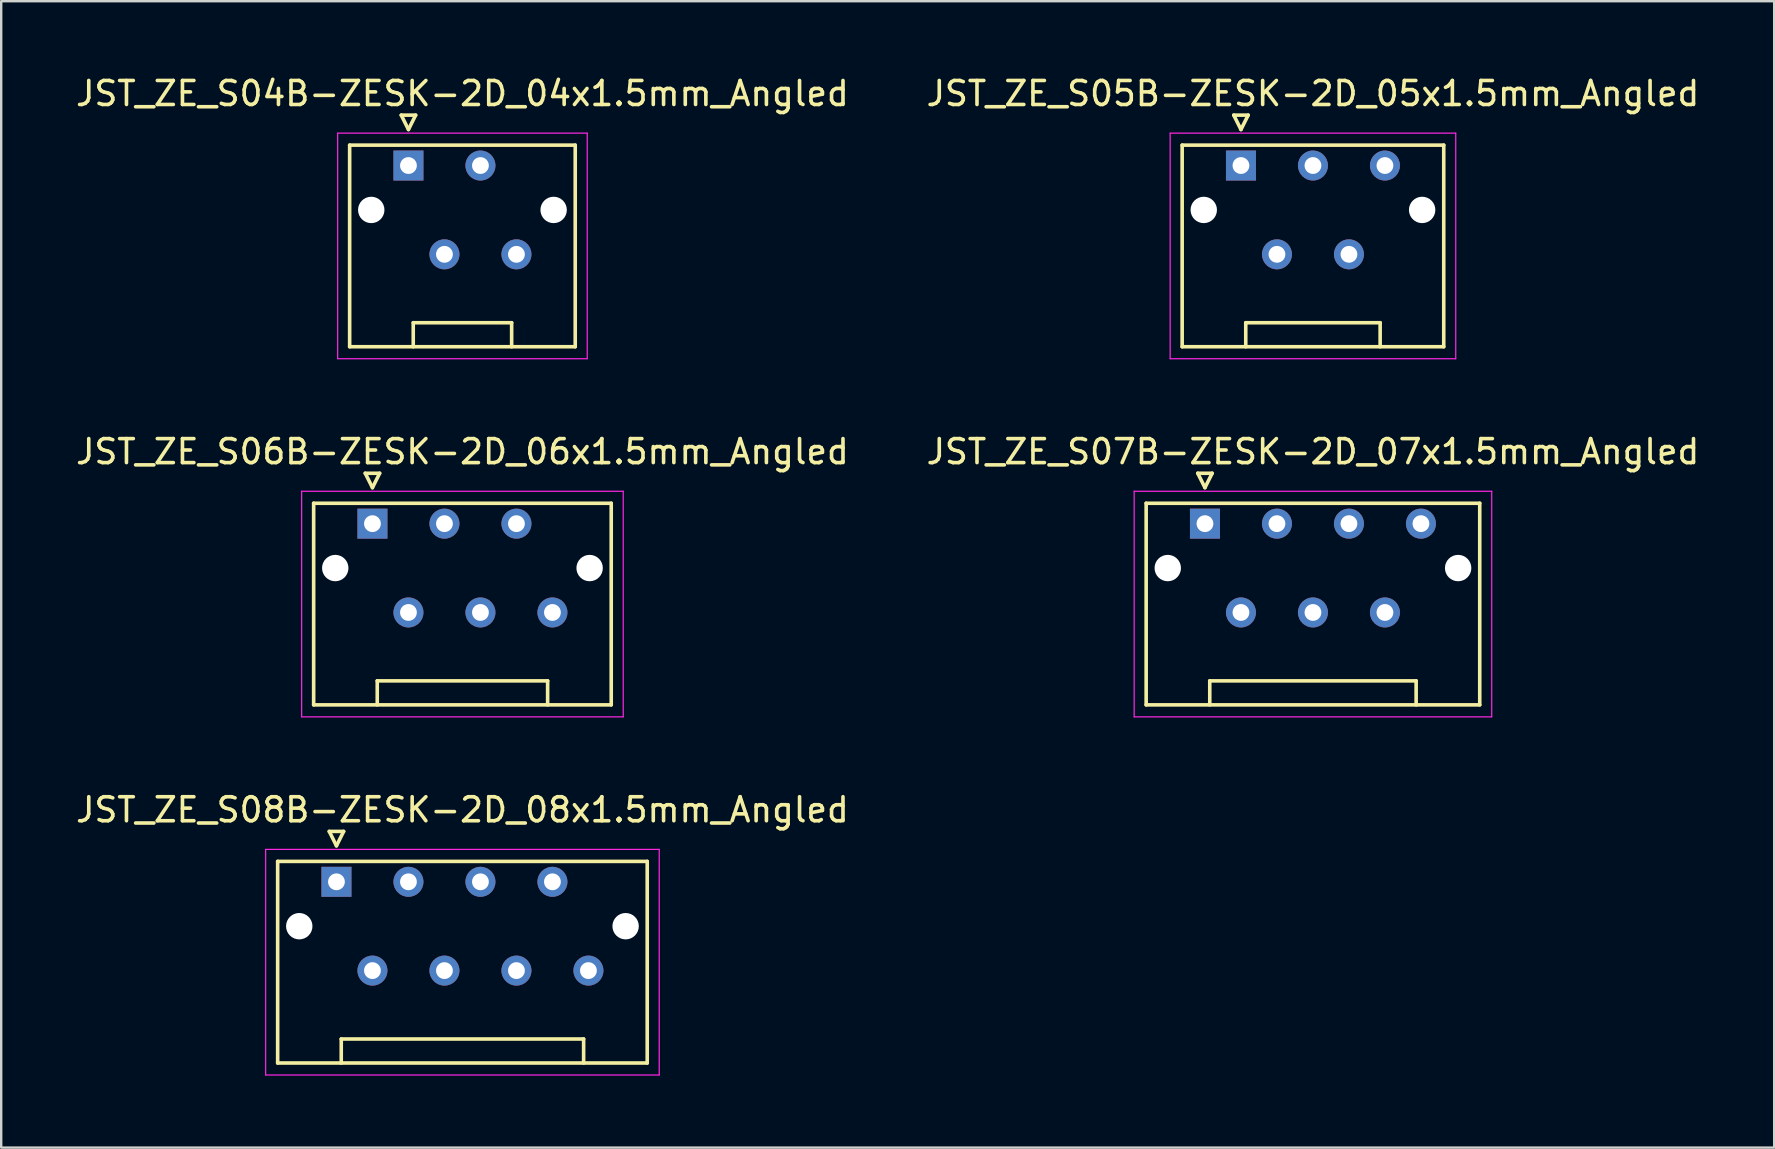
<source format=kicad_pcb>
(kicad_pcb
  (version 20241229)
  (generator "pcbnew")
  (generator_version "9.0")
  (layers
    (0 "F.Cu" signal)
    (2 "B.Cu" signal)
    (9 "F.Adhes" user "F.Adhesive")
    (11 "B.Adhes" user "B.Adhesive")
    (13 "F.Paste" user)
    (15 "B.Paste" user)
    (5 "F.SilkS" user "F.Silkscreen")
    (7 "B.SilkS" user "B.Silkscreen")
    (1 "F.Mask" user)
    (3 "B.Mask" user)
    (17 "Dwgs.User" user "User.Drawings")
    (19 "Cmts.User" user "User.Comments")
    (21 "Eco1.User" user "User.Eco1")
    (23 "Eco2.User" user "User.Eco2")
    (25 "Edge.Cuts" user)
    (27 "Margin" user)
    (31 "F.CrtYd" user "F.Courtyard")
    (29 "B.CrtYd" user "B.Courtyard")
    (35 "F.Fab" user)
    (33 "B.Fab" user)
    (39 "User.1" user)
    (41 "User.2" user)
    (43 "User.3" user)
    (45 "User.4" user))
  (footprint "JST_ZE_S08B-ZESK-2D_08x1.5mm_Angled"
    (layer "F.Cu")
    (at 10.97 33.695)
    (property "Reference" "JST_ZE_S08B-ZESK-2D_08x1.5mm_Angled" (at 5.25 -3 0) (layer "F.SilkS") (effects (font (size 1 1) (thickness 0.15))))
    (attr through_hole)
    (fp_line (start -2.45 -0.85) (end -2.45 7.55) (stroke (width 0.15) (type solid)) (layer "F.SilkS"))
    (fp_line (start -2.45 7.55) (end 12.95 7.55) (stroke (width 0.15) (type solid)) (layer "F.SilkS"))
    (fp_line (start -0.3 -2.1) (end 0.3 -2.1) (stroke (width 0.15) (type solid)) (layer "F.SilkS"))
    (fp_line (start 0 -1.5) (end -0.3 -2.1) (stroke (width 0.15) (type solid)) (layer "F.SilkS"))
    (fp_line (start 0.2 6.55) (end 10.3 6.55) (stroke (width 0.15) (type solid)) (layer "F.SilkS"))
    (fp_line (start 0.2 7.55) (end 0.2 6.55) (stroke (width 0.15) (type solid)) (layer "F.SilkS"))
    (fp_line (start 0.3 -2.1) (end 0 -1.5) (stroke (width 0.15) (type solid)) (layer "F.SilkS"))
    (fp_line (start 10.3 6.55) (end 10.3 7.55) (stroke (width 0.15) (type solid)) (layer "F.SilkS"))
    (fp_line (start 12.95 -0.85) (end -2.45 -0.85) (stroke (width 0.15) (type solid)) (layer "F.SilkS"))
    (fp_line (start 12.95 7.55) (end 12.95 -0.85) (stroke (width 0.15) (type solid)) (layer "F.SilkS"))
    (fp_line (start -2.95 -1.35) (end -2.95 8.05) (stroke (width 0.05) (type solid)) (layer "F.CrtYd"))
    (fp_line (start -2.95 8.05) (end 13.45 8.05) (stroke (width 0.05) (type solid)) (layer "F.CrtYd"))
    (fp_line (start 13.45 -1.35) (end -2.95 -1.35) (stroke (width 0.05) (type solid)) (layer "F.CrtYd"))
    (fp_line (start 13.45 8.05) (end 13.45 -1.35) (stroke (width 0.05) (type solid)) (layer "F.CrtYd"))
    (pad "" np_thru_hole circle (at -1.55 1.85) (size 1.1 1.1) (drill 1.1) (layers "*.Cu"))
    (pad "" np_thru_hole circle (at 12.05 1.85) (size 1.1 1.1) (drill 1.1) (layers "*.Cu"))
    (pad "1" thru_hole rect (at 0 0) (size 1.25 1.25) (drill 0.7) (layers "*.Cu" "*.Mask"))
    (pad "2" thru_hole circle (at 1.5 3.7) (size 1.25 1.25) (drill 0.7) (layers "*.Cu" "*.Mask"))
    (pad "3" thru_hole circle (at 3 0) (size 1.25 1.25) (drill 0.7) (layers "*.Cu" "*.Mask"))
    (pad "4" thru_hole circle (at 4.5 3.7) (size 1.25 1.25) (drill 0.7) (layers "*.Cu" "*.Mask"))
    (pad "5" thru_hole circle (at 6 0) (size 1.25 1.25) (drill 0.7) (layers "*.Cu" "*.Mask"))
    (pad "6" thru_hole circle (at 7.5 3.7) (size 1.25 1.25) (drill 0.7) (layers "*.Cu" "*.Mask"))
    (pad "7" thru_hole circle (at 9 0) (size 1.25 1.25) (drill 0.7) (layers "*.Cu" "*.Mask"))
    (pad "8" thru_hole circle (at 10.5 3.7) (size 1.25 1.25) (drill 0.7) (layers "*.Cu" "*.Mask")))
  (footprint "JST_ZE_S04B-ZESK-2D_04x1.5mm_Angled"
    (layer "F.Cu")
    (at 13.97 3.848)
    (property "Reference" "JST_ZE_S04B-ZESK-2D_04x1.5mm_Angled" (at 2.25 -3 0) (layer "F.SilkS") (effects (font (size 1 1) (thickness 0.15))))
    (attr through_hole)
    (fp_line (start -2.45 -0.85) (end -2.45 7.55) (stroke (width 0.15) (type solid)) (layer "F.SilkS"))
    (fp_line (start -2.45 7.55) (end 6.95 7.55) (stroke (width 0.15) (type solid)) (layer "F.SilkS"))
    (fp_line (start -0.3 -2.1) (end 0.3 -2.1) (stroke (width 0.15) (type solid)) (layer "F.SilkS"))
    (fp_line (start 0 -1.5) (end -0.3 -2.1) (stroke (width 0.15) (type solid)) (layer "F.SilkS"))
    (fp_line (start 0.2 6.55) (end 4.3 6.55) (stroke (width 0.15) (type solid)) (layer "F.SilkS"))
    (fp_line (start 0.2 7.55) (end 0.2 6.55) (stroke (width 0.15) (type solid)) (layer "F.SilkS"))
    (fp_line (start 0.3 -2.1) (end 0 -1.5) (stroke (width 0.15) (type solid)) (layer "F.SilkS"))
    (fp_line (start 4.3 6.55) (end 4.3 7.55) (stroke (width 0.15) (type solid)) (layer "F.SilkS"))
    (fp_line (start 6.95 -0.85) (end -2.45 -0.85) (stroke (width 0.15) (type solid)) (layer "F.SilkS"))
    (fp_line (start 6.95 7.55) (end 6.95 -0.85) (stroke (width 0.15) (type solid)) (layer "F.SilkS"))
    (fp_line (start -2.95 -1.35) (end -2.95 8.05) (stroke (width 0.05) (type solid)) (layer "F.CrtYd"))
    (fp_line (start -2.95 8.05) (end 7.45 8.05) (stroke (width 0.05) (type solid)) (layer "F.CrtYd"))
    (fp_line (start 7.45 -1.35) (end -2.95 -1.35) (stroke (width 0.05) (type solid)) (layer "F.CrtYd"))
    (fp_line (start 7.45 8.05) (end 7.45 -1.35) (stroke (width 0.05) (type solid)) (layer "F.CrtYd"))
    (pad "" np_thru_hole circle (at -1.55 1.85) (size 1.1 1.1) (drill 1.1) (layers "*.Cu"))
    (pad "" np_thru_hole circle (at 6.05 1.85) (size 1.1 1.1) (drill 1.1) (layers "*.Cu"))
    (pad "1" thru_hole rect (at 0 0) (size 1.25 1.25) (drill 0.7) (layers "*.Cu" "*.Mask"))
    (pad "2" thru_hole circle (at 1.5 3.7) (size 1.25 1.25) (drill 0.7) (layers "*.Cu" "*.Mask"))
    (pad "3" thru_hole circle (at 3 0) (size 1.25 1.25) (drill 0.7) (layers "*.Cu" "*.Mask"))
    (pad "4" thru_hole circle (at 4.5 3.7) (size 1.25 1.25) (drill 0.7) (layers "*.Cu" "*.Mask")))
  (footprint "JST_ZE_S05B-ZESK-2D_05x1.5mm_Angled"
    (layer "F.Cu")
    (at 48.661 3.848)
    (property "Reference" "JST_ZE_S05B-ZESK-2D_05x1.5mm_Angled" (at 3 -3 0) (layer "F.SilkS") (effects (font (size 1 1) (thickness 0.15))))
    (attr through_hole)
    (fp_line (start -2.45 -0.85) (end -2.45 7.55) (stroke (width 0.15) (type solid)) (layer "F.SilkS"))
    (fp_line (start -2.45 7.55) (end 8.45 7.55) (stroke (width 0.15) (type solid)) (layer "F.SilkS"))
    (fp_line (start -0.3 -2.1) (end 0.3 -2.1) (stroke (width 0.15) (type solid)) (layer "F.SilkS"))
    (fp_line (start 0 -1.5) (end -0.3 -2.1) (stroke (width 0.15) (type solid)) (layer "F.SilkS"))
    (fp_line (start 0.2 6.55) (end 5.8 6.55) (stroke (width 0.15) (type solid)) (layer "F.SilkS"))
    (fp_line (start 0.2 7.55) (end 0.2 6.55) (stroke (width 0.15) (type solid)) (layer "F.SilkS"))
    (fp_line (start 0.3 -2.1) (end 0 -1.5) (stroke (width 0.15) (type solid)) (layer "F.SilkS"))
    (fp_line (start 5.8 6.55) (end 5.8 7.55) (stroke (width 0.15) (type solid)) (layer "F.SilkS"))
    (fp_line (start 8.45 -0.85) (end -2.45 -0.85) (stroke (width 0.15) (type solid)) (layer "F.SilkS"))
    (fp_line (start 8.45 7.55) (end 8.45 -0.85) (stroke (width 0.15) (type solid)) (layer "F.SilkS"))
    (fp_line (start -2.95 -1.35) (end -2.95 8.05) (stroke (width 0.05) (type solid)) (layer "F.CrtYd"))
    (fp_line (start -2.95 8.05) (end 8.95 8.05) (stroke (width 0.05) (type solid)) (layer "F.CrtYd"))
    (fp_line (start 8.95 -1.35) (end -2.95 -1.35) (stroke (width 0.05) (type solid)) (layer "F.CrtYd"))
    (fp_line (start 8.95 8.05) (end 8.95 -1.35) (stroke (width 0.05) (type solid)) (layer "F.CrtYd"))
    (pad "" np_thru_hole circle (at -1.55 1.85) (size 1.1 1.1) (drill 1.1) (layers "*.Cu"))
    (pad "" np_thru_hole circle (at 7.55 1.85) (size 1.1 1.1) (drill 1.1) (layers "*.Cu"))
    (pad "1" thru_hole rect (at 0 0) (size 1.25 1.25) (drill 0.7) (layers "*.Cu" "*.Mask"))
    (pad "2" thru_hole circle (at 1.5 3.7) (size 1.25 1.25) (drill 0.7) (layers "*.Cu" "*.Mask"))
    (pad "3" thru_hole circle (at 3 0) (size 1.25 1.25) (drill 0.7) (layers "*.Cu" "*.Mask"))
    (pad "4" thru_hole circle (at 4.5 3.7) (size 1.25 1.25) (drill 0.7) (layers "*.Cu" "*.Mask"))
    (pad "5" thru_hole circle (at 6 0) (size 1.25 1.25) (drill 0.7) (layers "*.Cu" "*.Mask")))
  (footprint "JST_ZE_S06B-ZESK-2D_06x1.5mm_Angled"
    (layer "F.Cu")
    (at 12.47 18.771)
    (property "Reference" "JST_ZE_S06B-ZESK-2D_06x1.5mm_Angled" (at 3.75 -3 0) (layer "F.SilkS") (effects (font (size 1 1) (thickness 0.15))))
    (attr through_hole)
    (fp_line (start -2.45 -0.85) (end -2.45 7.55) (stroke (width 0.15) (type solid)) (layer "F.SilkS"))
    (fp_line (start -2.45 7.55) (end 9.95 7.55) (stroke (width 0.15) (type solid)) (layer "F.SilkS"))
    (fp_line (start -0.3 -2.1) (end 0.3 -2.1) (stroke (width 0.15) (type solid)) (layer "F.SilkS"))
    (fp_line (start 0 -1.5) (end -0.3 -2.1) (stroke (width 0.15) (type solid)) (layer "F.SilkS"))
    (fp_line (start 0.2 6.55) (end 7.3 6.55) (stroke (width 0.15) (type solid)) (layer "F.SilkS"))
    (fp_line (start 0.2 7.55) (end 0.2 6.55) (stroke (width 0.15) (type solid)) (layer "F.SilkS"))
    (fp_line (start 0.3 -2.1) (end 0 -1.5) (stroke (width 0.15) (type solid)) (layer "F.SilkS"))
    (fp_line (start 7.3 6.55) (end 7.3 7.55) (stroke (width 0.15) (type solid)) (layer "F.SilkS"))
    (fp_line (start 9.95 -0.85) (end -2.45 -0.85) (stroke (width 0.15) (type solid)) (layer "F.SilkS"))
    (fp_line (start 9.95 7.55) (end 9.95 -0.85) (stroke (width 0.15) (type solid)) (layer "F.SilkS"))
    (fp_line (start -2.95 -1.35) (end -2.95 8.05) (stroke (width 0.05) (type solid)) (layer "F.CrtYd"))
    (fp_line (start -2.95 8.05) (end 10.45 8.05) (stroke (width 0.05) (type solid)) (layer "F.CrtYd"))
    (fp_line (start 10.45 -1.35) (end -2.95 -1.35) (stroke (width 0.05) (type solid)) (layer "F.CrtYd"))
    (fp_line (start 10.45 8.05) (end 10.45 -1.35) (stroke (width 0.05) (type solid)) (layer "F.CrtYd"))
    (pad "" np_thru_hole circle (at -1.55 1.85) (size 1.1 1.1) (drill 1.1) (layers "*.Cu"))
    (pad "" np_thru_hole circle (at 9.05 1.85) (size 1.1 1.1) (drill 1.1) (layers "*.Cu"))
    (pad "1" thru_hole rect (at 0 0) (size 1.25 1.25) (drill 0.7) (layers "*.Cu" "*.Mask"))
    (pad "2" thru_hole circle (at 1.5 3.7) (size 1.25 1.25) (drill 0.7) (layers "*.Cu" "*.Mask"))
    (pad "3" thru_hole circle (at 3 0) (size 1.25 1.25) (drill 0.7) (layers "*.Cu" "*.Mask"))
    (pad "4" thru_hole circle (at 4.5 3.7) (size 1.25 1.25) (drill 0.7) (layers "*.Cu" "*.Mask"))
    (pad "5" thru_hole circle (at 6 0) (size 1.25 1.25) (drill 0.7) (layers "*.Cu" "*.Mask"))
    (pad "6" thru_hole circle (at 7.5 3.7) (size 1.25 1.25) (drill 0.7) (layers "*.Cu" "*.Mask")))
  (footprint "JST_ZE_S07B-ZESK-2D_07x1.5mm_Angled"
    (layer "F.Cu")
    (at 47.161 18.771)
    (property "Reference" "JST_ZE_S07B-ZESK-2D_07x1.5mm_Angled" (at 4.5 -3 0) (layer "F.SilkS") (effects (font (size 1 1) (thickness 0.15))))
    (attr through_hole)
    (fp_line (start -2.45 -0.85) (end -2.45 7.55) (stroke (width 0.15) (type solid)) (layer "F.SilkS"))
    (fp_line (start -2.45 7.55) (end 11.45 7.55) (stroke (width 0.15) (type solid)) (layer "F.SilkS"))
    (fp_line (start -0.3 -2.1) (end 0.3 -2.1) (stroke (width 0.15) (type solid)) (layer "F.SilkS"))
    (fp_line (start 0 -1.5) (end -0.3 -2.1) (stroke (width 0.15) (type solid)) (layer "F.SilkS"))
    (fp_line (start 0.2 6.55) (end 8.8 6.55) (stroke (width 0.15) (type solid)) (layer "F.SilkS"))
    (fp_line (start 0.2 7.55) (end 0.2 6.55) (stroke (width 0.15) (type solid)) (layer "F.SilkS"))
    (fp_line (start 0.3 -2.1) (end 0 -1.5) (stroke (width 0.15) (type solid)) (layer "F.SilkS"))
    (fp_line (start 8.8 6.55) (end 8.8 7.55) (stroke (width 0.15) (type solid)) (layer "F.SilkS"))
    (fp_line (start 11.45 -0.85) (end -2.45 -0.85) (stroke (width 0.15) (type solid)) (layer "F.SilkS"))
    (fp_line (start 11.45 7.55) (end 11.45 -0.85) (stroke (width 0.15) (type solid)) (layer "F.SilkS"))
    (fp_line (start -2.95 -1.35) (end -2.95 8.05) (stroke (width 0.05) (type solid)) (layer "F.CrtYd"))
    (fp_line (start -2.95 8.05) (end 11.95 8.05) (stroke (width 0.05) (type solid)) (layer "F.CrtYd"))
    (fp_line (start 11.95 -1.35) (end -2.95 -1.35) (stroke (width 0.05) (type solid)) (layer "F.CrtYd"))
    (fp_line (start 11.95 8.05) (end 11.95 -1.35) (stroke (width 0.05) (type solid)) (layer "F.CrtYd"))
    (pad "" np_thru_hole circle (at -1.55 1.85) (size 1.1 1.1) (drill 1.1) (layers "*.Cu"))
    (pad "" np_thru_hole circle (at 10.55 1.85) (size 1.1 1.1) (drill 1.1) (layers "*.Cu"))
    (pad "1" thru_hole rect (at 0 0) (size 1.25 1.25) (drill 0.7) (layers "*.Cu" "*.Mask"))
    (pad "2" thru_hole circle (at 1.5 3.7) (size 1.25 1.25) (drill 0.7) (layers "*.Cu" "*.Mask"))
    (pad "3" thru_hole circle (at 3 0) (size 1.25 1.25) (drill 0.7) (layers "*.Cu" "*.Mask"))
    (pad "4" thru_hole circle (at 4.5 3.7) (size 1.25 1.25) (drill 0.7) (layers "*.Cu" "*.Mask"))
    (pad "5" thru_hole circle (at 6 0) (size 1.25 1.25) (drill 0.7) (layers "*.Cu" "*.Mask"))
    (pad "6" thru_hole circle (at 7.5 3.7) (size 1.25 1.25) (drill 0.7) (layers "*.Cu" "*.Mask"))
    (pad "7" thru_hole circle (at 9 0) (size 1.25 1.25) (drill 0.7) (layers "*.Cu" "*.Mask")))
  (gr_rect
    (start -3 -3)
    (end 70.881 44.77)
    (stroke (width 0.1) (type default))
    (fill no)
    (layer "Edge.Cuts")))
</source>
